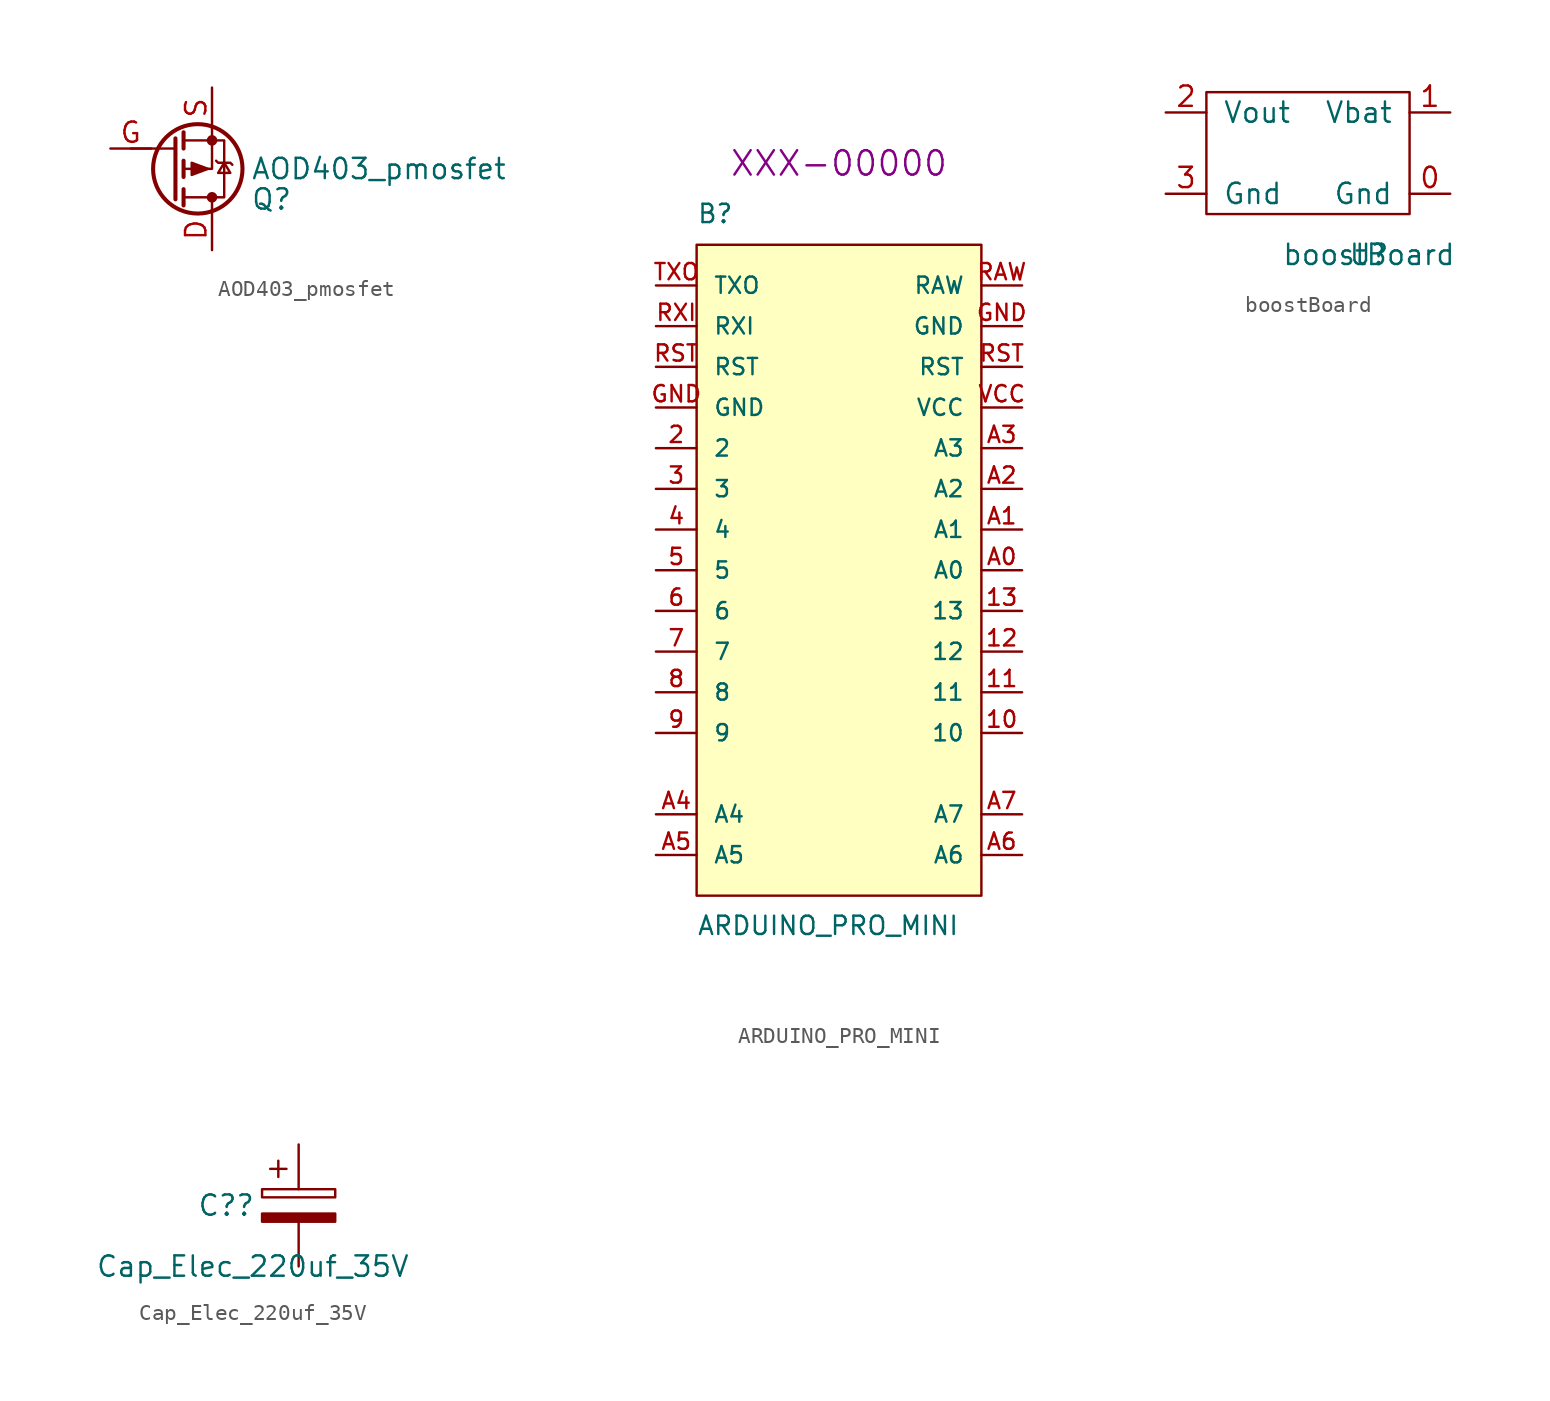
<source format=kicad_sym>
(kicad_symbol_lib
  (version 20211014)
  (generator kicad_symbol_editor)
  (symbol "AOD403_pmosfet"
    (pin_names hide)
    (property "Reference" "Q"
      (at 3.683 -1.905 0)
      (effects (font (size 1.27 1.27)) (justify left)))
    (property "Value" "AOD403_pmosfet"
      (at 3.683 0 0)
      (effects (font (size 1.27 1.27)) (justify left)))
    (symbol "AOD403_pmosfet_0_1"
      (polyline (pts (xy -1.016 -1.905) (xy -1.016 1.905)) (stroke (width 0.254) (type default) (color 0 0 0 0)) (fill (type none)))
      (polyline (pts (xy -1.016 1.27) (xy -3.81 1.27)) (stroke (width 0) (type default) (color 0 0 0 0)) (fill (type none)))
      (polyline (pts (xy -0.508 -2.286) (xy -0.508 -1.27)) (stroke (width 0.254) (type default) (color 0 0 0 0)) (fill (type none)))
      (polyline (pts (xy -0.508 -0.508) (xy -0.508 0.508)) (stroke (width 0.254) (type default) (color 0 0 0 0)) (fill (type none)))
      (polyline (pts (xy -0.508 1.27) (xy -0.508 2.286)) (stroke (width 0.254) (type default) (color 0 0 0 0)) (fill (type none)))
      (polyline (pts (xy 1.27 -2.54) (xy 1.27 -1.778)) (stroke (width 0) (type default) (color 0 0 0 0)) (fill (type none)))
      (polyline (pts (xy 1.27 2.54) (xy 1.27 0) (xy -0.508 0)) (stroke (width 0) (type default) (color 0 0 0 0)) (fill (type none)))
      (polyline (pts (xy -0.508 -1.778) (xy 2.032 -1.778) (xy 2.032 1.778) (xy -0.508 1.778)) (stroke (width 0) (type default) (color 0 0 0 0)) (fill (type none)))
      (polyline (pts (xy 1.016 0) (xy 0 -0.381) (xy 0 0.381) (xy 1.016 0)) (stroke (width 0) (type default) (color 0 0 0 0)) (fill (type outline)))
      (polyline (pts (xy 1.524 0.508) (xy 1.651 0.381) (xy 2.413 0.381) (xy 2.54 0.254)) (stroke (width 0) (type default) (color 0 0 0 0)) (fill (type none)))
      (polyline (pts (xy 2.032 0.381) (xy 1.651 -0.254) (xy 2.413 -0.254) (xy 2.032 0.381)) (stroke (width 0) (type default) (color 0 0 0 0)) (fill (type none)))
      (circle (center 0.381 0) (radius 2.794) (stroke (width 0.254) (type default) (color 0 0 0 0)) (fill (type none)))
      (circle (center 1.27 -1.778) (radius 0.254) (stroke (width 0) (type default) (color 0 0 0 0)) (fill (type outline)))
      (circle (center 1.27 1.778) (radius 0.254) (stroke (width 0) (type default) (color 0 0 0 0)) (fill (type outline))))
    (symbol "AOD403_pmosfet_1_1"
      (pin passive line (at 1.27 -5.08 90) (length 2.54) (name "D" (effects (font (size 1.27 1.27)))) (number "D" (effects (font (size 1.27 1.27)))))
      (pin input line (at -5.08 1.27 0) (length 2.54) (name "G" (effects (font (size 1.27 1.27)))) (number "G" (effects (font (size 1.27 1.27)))))
      (pin passive line (at 1.27 5.08 270) (length 2.54) (name "S" (effects (font (size 1.27 1.27)))) (number "S" (effects (font (size 1.27 1.27)))))))
  (symbol "ARDUINO_PRO_MINI"
    (pin_names
      (offset 1.016))
    (property "Reference" "B"
      (at -8.89 21.59 0)
      (effects (font (size 1.143 1.143)) (justify left bottom)))
    (property "Value" "ARDUINO_PRO_MINI"
      (at -8.89 -22.86 0)
      (effects (font (size 1.143 1.143)) (justify left bottom)))
    (property "Field4" "XXX-00000"
      (at 0 25.4 0)
      (effects (font (size 1.524 1.524))))
    (property "ki_locked" ""
      (at 0 0 0)
      (effects (font (size 1.27 1.27))))
    (symbol "ARDUINO_PRO_MINI_1_1"
      (polyline (pts (xy -8.89 20.32) (xy -8.89 -20.32) (xy 8.89 -20.32) (xy 8.89 20.32) (xy -8.89 20.32)) (stroke (width 0) (type default) (color 0 0 0 0)) (fill (type background)))
      (pin bidirectional line (at 11.43 -10.16 180) (length 2.54) (name "10" (effects (font (size 1.016 1.016)))) (number "10" (effects (font (size 1.016 1.016)))))
      (pin bidirectional line (at 11.43 -7.62 180) (length 2.54) (name "11" (effects (font (size 1.016 1.016)))) (number "11" (effects (font (size 1.016 1.016)))))
      (pin bidirectional line (at 11.43 -5.08 180) (length 2.54) (name "12" (effects (font (size 1.016 1.016)))) (number "12" (effects (font (size 1.016 1.016)))))
      (pin bidirectional line (at 11.43 -2.54 180) (length 2.54) (name "13" (effects (font (size 1.016 1.016)))) (number "13" (effects (font (size 1.016 1.016)))))
      (pin bidirectional line (at -11.43 7.62 0) (length 2.54) (name "2" (effects (font (size 1.016 1.016)))) (number "2" (effects (font (size 1.016 1.016)))))
      (pin bidirectional line (at -11.43 5.08 0) (length 2.54) (name "3" (effects (font (size 1.016 1.016)))) (number "3" (effects (font (size 1.016 1.016)))))
      (pin bidirectional line (at -11.43 2.54 0) (length 2.54) (name "4" (effects (font (size 1.016 1.016)))) (number "4" (effects (font (size 1.016 1.016)))))
      (pin bidirectional line (at -11.43 0 0) (length 2.54) (name "5" (effects (font (size 1.016 1.016)))) (number "5" (effects (font (size 1.016 1.016)))))
      (pin bidirectional line (at -11.43 -2.54 0) (length 2.54) (name "6" (effects (font (size 1.016 1.016)))) (number "6" (effects (font (size 1.016 1.016)))))
      (pin bidirectional line (at -11.43 -5.08 0) (length 2.54) (name "7" (effects (font (size 1.016 1.016)))) (number "7" (effects (font (size 1.016 1.016)))))
      (pin bidirectional line (at -11.43 -7.62 0) (length 2.54) (name "8" (effects (font (size 1.016 1.016)))) (number "8" (effects (font (size 1.016 1.016)))))
      (pin bidirectional line (at -11.43 -10.16 0) (length 2.54) (name "9" (effects (font (size 1.016 1.016)))) (number "9" (effects (font (size 1.016 1.016)))))
      (pin bidirectional line (at 11.43 0 180) (length 2.54) (name "A0" (effects (font (size 1.016 1.016)))) (number "A0" (effects (font (size 1.016 1.016)))))
      (pin bidirectional line (at 11.43 2.54 180) (length 2.54) (name "A1" (effects (font (size 1.016 1.016)))) (number "A1" (effects (font (size 1.016 1.016)))))
      (pin bidirectional line (at 11.43 5.08 180) (length 2.54) (name "A2" (effects (font (size 1.016 1.016)))) (number "A2" (effects (font (size 1.016 1.016)))))
      (pin bidirectional line (at 11.43 7.62 180) (length 2.54) (name "A3" (effects (font (size 1.016 1.016)))) (number "A3" (effects (font (size 1.016 1.016)))))
      (pin bidirectional line (at -11.43 -15.24 0) (length 2.54) (name "A4" (effects (font (size 1.016 1.016)))) (number "A4" (effects (font (size 1.016 1.016)))))
      (pin bidirectional line (at -11.43 -17.78 0) (length 2.54) (name "A5" (effects (font (size 1.016 1.016)))) (number "A5" (effects (font (size 1.016 1.016)))))
      (pin bidirectional line (at 11.43 -17.78 180) (length 2.54) (name "A6" (effects (font (size 1.016 1.016)))) (number "A6" (effects (font (size 1.016 1.016)))))
      (pin bidirectional line (at 11.43 -15.24 180) (length 2.54) (name "A7" (effects (font (size 1.016 1.016)))) (number "A7" (effects (font (size 1.016 1.016)))))
      (pin power_in line (at -11.43 10.16 0) (length 2.54) (name "GND" (effects (font (size 1.016 1.016)))) (number "GND" (effects (font (size 1.016 1.016)))))
      (pin power_in line (at 11.43 15.24 180) (length 2.54) (name "GND" (effects (font (size 1.016 1.016)))) (number "GND" (effects (font (size 1.016 1.016)))))
      (pin power_in line (at 11.43 17.78 180) (length 2.54) (name "RAW" (effects (font (size 1.016 1.016)))) (number "RAW" (effects (font (size 1.016 1.016)))))
      (pin bidirectional line (at -11.43 12.7 0) (length 2.54) (name "RST" (effects (font (size 1.016 1.016)))) (number "RST" (effects (font (size 1.016 1.016)))))
      (pin bidirectional line (at 11.43 12.7 180) (length 2.54) (name "RST" (effects (font (size 1.016 1.016)))) (number "RST" (effects (font (size 1.016 1.016)))))
      (pin bidirectional line (at -11.43 15.24 0) (length 2.54) (name "RXI" (effects (font (size 1.016 1.016)))) (number "RXI" (effects (font (size 1.016 1.016)))))
      (pin bidirectional line (at -11.43 17.78 0) (length 2.54) (name "TXO" (effects (font (size 1.016 1.016)))) (number "TXO" (effects (font (size 1.016 1.016)))))
      (pin power_in line (at 11.43 10.16 180) (length 2.54) (name "VCC" (effects (font (size 1.016 1.016)))) (number "VCC" (effects (font (size 1.016 1.016)))))))
  (symbol "boostBoard"
    (pin_names
      (offset 1.016))
    (property "Reference" "U"
      (at 0 0 0)
      (effects (font (size 1.27 1.27))))
    (property "Value" "boostBoard"
      (at 0 0 0)
      (effects (font (size 1.27 1.27))))
    (symbol "boostBoard_0_1"
      (rectangle (start -10.16 10.16) (end 2.54 2.54) (stroke (width 0) (type default) (color 0 0 0 0)) (fill (type none))))
    (symbol "boostBoard_1_1"
      (pin bidirectional line (at 5.08 3.81 180) (length 2.54) (name "Gnd" (effects (font (size 1.27 1.27)))) (number "0" (effects (font (size 1.27 1.27)))))
      (pin bidirectional line (at 5.08 8.89 180) (length 2.54) (name "Vbat" (effects (font (size 1.27 1.27)))) (number "1" (effects (font (size 1.27 1.27)))))
      (pin output line (at -12.7 8.89 0) (length 2.54) (name "Vout" (effects (font (size 1.27 1.27)))) (number "2" (effects (font (size 1.27 1.27)))))
      (pin bidirectional line (at -12.7 3.81 0) (length 2.54) (name "Gnd" (effects (font (size 1.27 1.27)))) (number "3" (effects (font (size 1.27 1.27)))))))
  (symbol "Cap_Elec_220uf_35V"
    (pin_numbers hide)
    (pin_names
      (offset 0.254))
    (property "Reference" "C?"
      (at -6.35 0 0)
      (effects (font (size 1.27 1.27)) (justify left)))
    (property "Value" "Cap_Elec_220uf_35V"
      (at -12.7 -3.81 0)
      (effects (font (size 1.27 1.27)) (justify left)))
    (symbol "Cap_Elec_220uf_35V_0_1"
      (rectangle (start -2.286 0.508) (end 2.286 1.016) (stroke (width 0) (type default) (color 0 0 0 0)) (fill (type none)))
      (polyline (pts (xy -1.778 2.286) (xy -0.762 2.286)) (stroke (width 0) (type default) (color 0 0 0 0)) (fill (type none)))
      (polyline (pts (xy -1.27 2.794) (xy -1.27 1.778)) (stroke (width 0) (type default) (color 0 0 0 0)) (fill (type none)))
      (rectangle (start 2.286 -0.508) (end -2.286 -1.016) (stroke (width 0) (type default) (color 0 0 0 0)) (fill (type outline))))
    (symbol "Cap_Elec_220uf_35V_1_1"
      (pin passive line (at 0 3.81 270) (length 2.794) (name "~" (effects (font (size 1.27 1.27)))) (number "1" (effects (font (size 1.27 1.27)))))
      (pin passive line (at 0 -3.81 90) (length 2.794) (name "~" (effects (font (size 1.27 1.27)))) (number "2" (effects (font (size 1.27 1.27))))))))
</source>
